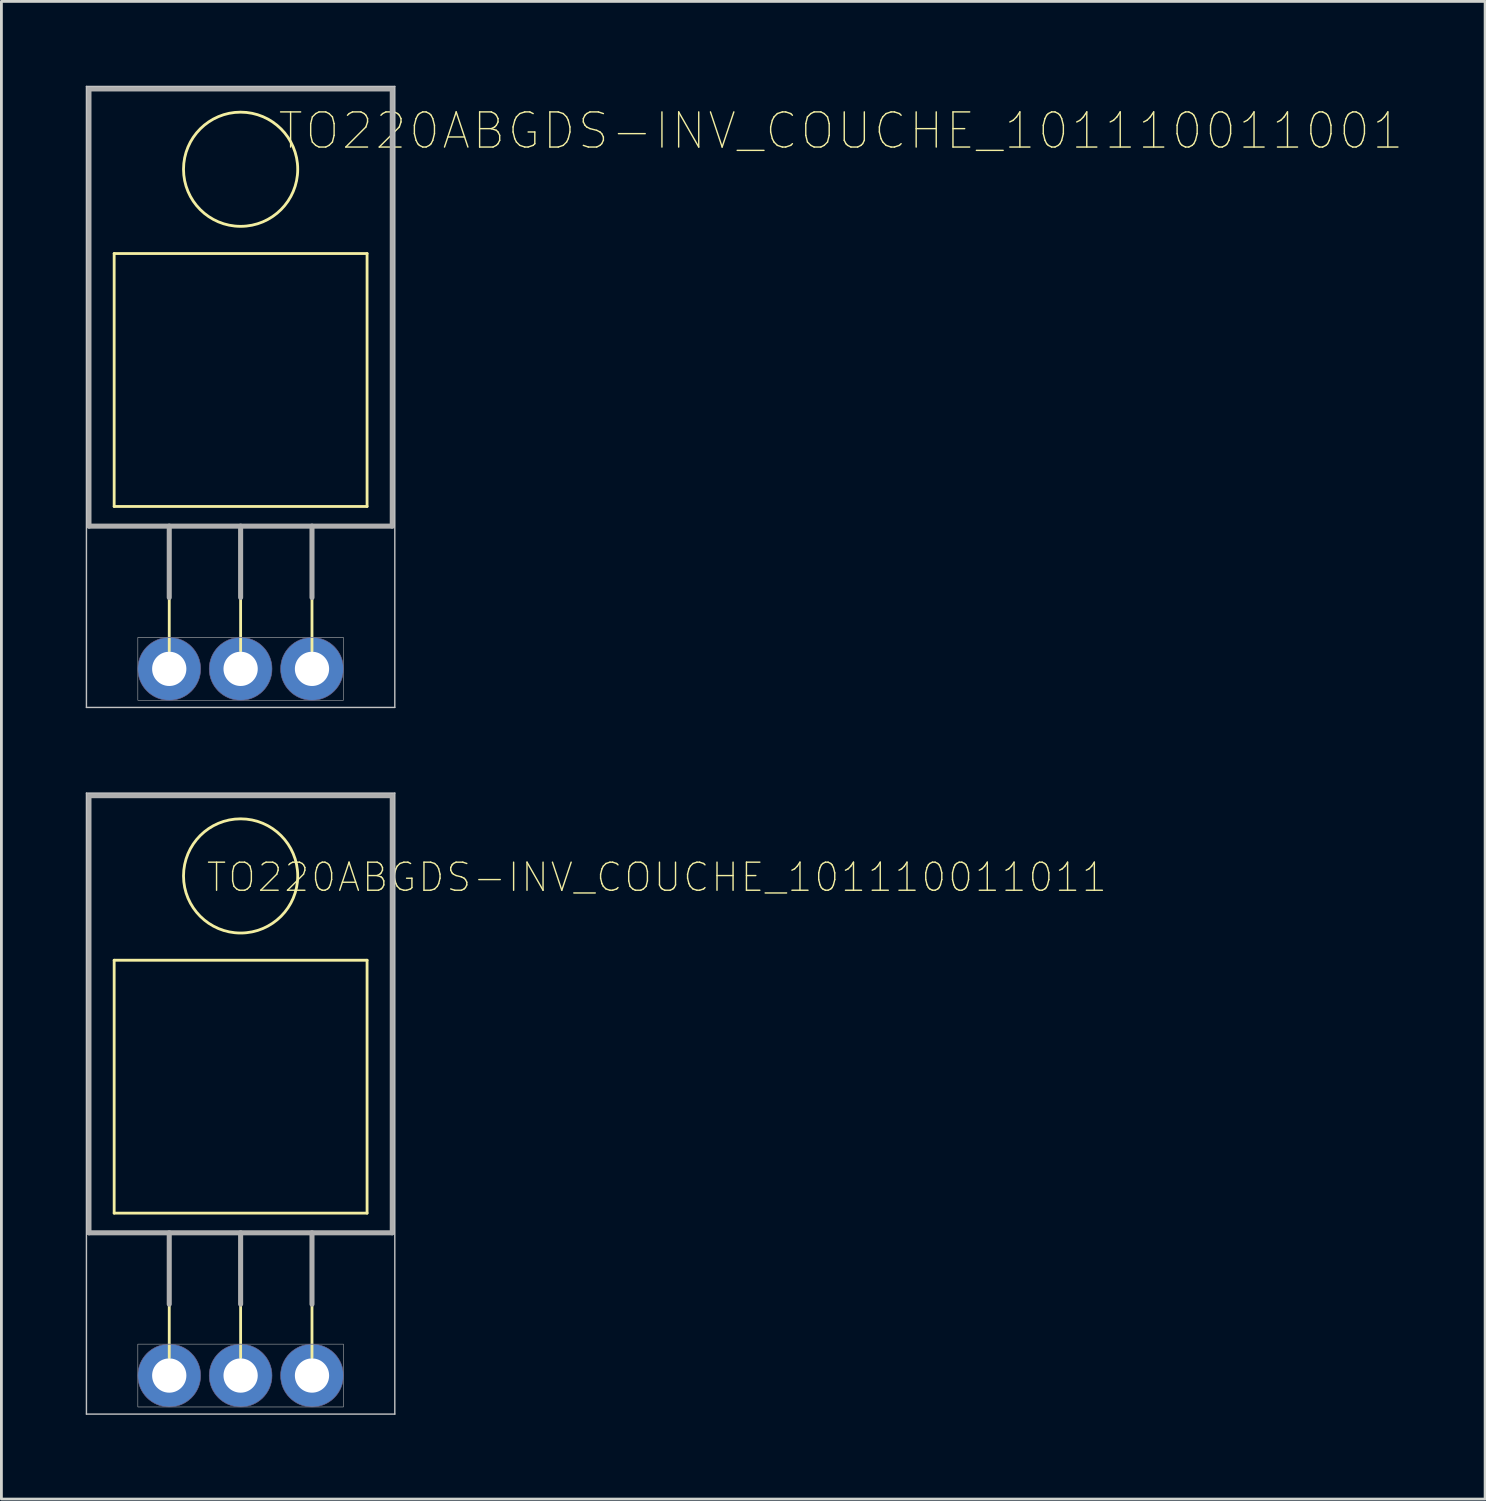
<source format=kicad_pcb>
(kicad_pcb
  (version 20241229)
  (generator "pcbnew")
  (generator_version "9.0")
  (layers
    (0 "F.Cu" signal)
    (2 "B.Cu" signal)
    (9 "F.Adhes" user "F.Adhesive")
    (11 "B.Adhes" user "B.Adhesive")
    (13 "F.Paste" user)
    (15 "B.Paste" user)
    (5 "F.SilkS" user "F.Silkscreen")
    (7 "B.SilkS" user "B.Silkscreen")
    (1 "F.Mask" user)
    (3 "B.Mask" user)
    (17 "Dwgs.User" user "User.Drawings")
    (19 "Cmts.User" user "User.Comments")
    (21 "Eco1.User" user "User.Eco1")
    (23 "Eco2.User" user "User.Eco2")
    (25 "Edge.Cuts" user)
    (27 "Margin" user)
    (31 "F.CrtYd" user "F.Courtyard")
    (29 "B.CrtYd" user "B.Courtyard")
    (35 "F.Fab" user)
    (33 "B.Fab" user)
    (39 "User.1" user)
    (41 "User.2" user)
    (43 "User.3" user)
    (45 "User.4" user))
  (footprint "TO220ABGDS-INV_COUCHE_101110011011"
    (placed yes)
    (layer "F.Cu")
    (at 5.513 28.122)
    (property "Reference" "TO220ABGDS-INV_COUCHE_101110011011" (at -1.27 0.635 180) (layer "F.SilkS") (effects (font (size 1 1) (thickness 0.05)) (justify left bottom)))
    (attr through_hole)
    (fp_line (start -5.397 -2.857) (end -5.397 12.7) (stroke (width 0.1) (type solid)) (layer "F.SilkS"))
    (fp_line (start -5.397 12.7) (end 5.397 12.7) (stroke (width 0.1) (type solid)) (layer "F.SilkS"))
    (fp_line (start -4.5 3) (end -4.5 12) (stroke (width 0.1) (type solid)) (layer "F.SilkS"))
    (fp_line (start -4.5 12) (end 4.5 12) (stroke (width 0.1) (type solid)) (layer "F.SilkS"))
    (fp_line (start -2.54 12.7) (end -2.54 15.24) (stroke (width 0.1) (type solid)) (layer "F.SilkS"))
    (fp_line (start -2.54 12.7) (end -2.54 17.145) (stroke (width 0.1) (type solid)) (layer "F.SilkS"))
    (fp_line (start 0 12.7) (end 0 17.145) (stroke (width 0.1) (type solid)) (layer "F.SilkS"))
    (fp_line (start 2.54 12.7) (end 2.54 17.145) (stroke (width 0.1) (type solid)) (layer "F.SilkS"))
    (fp_line (start 4.5 3) (end -4.5 3) (stroke (width 0.1) (type solid)) (layer "F.SilkS"))
    (fp_line (start 4.5 12) (end 4.5 3) (stroke (width 0.1) (type solid)) (layer "F.SilkS"))
    (fp_line (start 5.397 -2.857) (end -5.397 -2.857) (stroke (width 0.1) (type solid)) (layer "F.SilkS"))
    (fp_line (start 5.397 12.7) (end 5.397 -2.857) (stroke (width 0.1) (type solid)) (layer "F.SilkS"))
    (fp_arc (start 2.032 0) (mid -2.032 0) (end 2.032 0) (stroke (width 0.1) (type solid)) (layer "F.SilkS"))
    (fp_line (start -5.487 -2.947) (end 5.487 -2.947) (stroke (width 0.05) (type solid)) (layer "Dwgs.User"))
    (fp_line (start -5.487 19.152) (end -5.487 -2.947) (stroke (width 0.05) (type solid)) (layer "Dwgs.User"))
    (fp_line (start 5.487 -2.947) (end 5.487 19.152) (stroke (width 0.05) (type solid)) (layer "Dwgs.User"))
    (fp_line (start 5.487 19.152) (end -5.487 19.152) (stroke (width 0.05) (type solid)) (layer "Dwgs.User"))
    (fp_arc (start -1.4224 17.78) (mid -3.6576 17.78) (end -1.4224 17.78) (stroke (width 0.02) (type solid)) (layer "B.Fab"))
    (fp_arc (start 1.1176 17.78) (mid -1.1176 17.78) (end 1.1176 17.78) (stroke (width 0.02) (type solid)) (layer "B.Fab"))
    (fp_arc (start 3.6576 17.78) (mid 1.4224 17.78) (end 3.6576 17.78) (stroke (width 0.02) (type solid)) (layer "B.Fab"))
    (fp_line (start -5.397 -2.857) (end -5.397 12.7) (stroke (width 0.18) (type solid)) (layer "F.Fab"))
    (fp_line (start -5.397 12.7) (end 5.397 12.7) (stroke (width 0.18) (type solid)) (layer "F.Fab"))
    (fp_line (start -2.54 12.7) (end -2.54 15.24) (stroke (width 0.18) (type solid)) (layer "F.Fab"))
    (fp_line (start 0 12.7) (end 0 15.24) (stroke (width 0.18) (type solid)) (layer "F.Fab"))
    (fp_line (start 2.54 12.7) (end 2.54 15.24) (stroke (width 0.18) (type solid)) (layer "F.Fab"))
    (fp_line (start 5.397 -2.857) (end -5.397 -2.857) (stroke (width 0.18) (type solid)) (layer "F.Fab"))
    (fp_line (start 5.397 12.7) (end 5.397 -2.857) (stroke (width 0.18) (type solid)) (layer "F.Fab"))
    (fp_poly (pts (xy 3.658 16.662) (xy 3.658 18.898) (xy -3.658 18.898) (xy -3.658 16.662)) (stroke (width 0.02) (type solid)) (fill no) (layer "F.Fab"))
    (pad "D" thru_hole circle (at 0 17.78) (size 2.235 2.235) (drill 1.219) (layers "*.Cu" "*.Mask"))
    (pad "G" thru_hole circle (at 2.54 17.78) (size 2.235 2.235) (drill 1.219) (layers "*.Cu" "*.Mask"))
    (pad "S" thru_hole circle (at -2.54 17.78) (size 2.235 2.235) (drill 1.219) (layers "*.Cu" "*.Mask")))
  (footprint "TO220ABGDS-INV_COUCHE_101110011001"
    (placed yes)
    (layer "F.Cu")
    (at 5.513 2.973)
    (property "Reference" "TO220ABGDS-INV_COUCHE_101110011001" (at 1.27 -0.635 0) (layer "F.SilkS") (effects (font (size 1.25 1.25) (thickness 0.05)) (justify left bottom)))
    (attr through_hole)
    (fp_line (start -5.397 -2.857) (end -5.397 12.7) (stroke (width 0.1) (type solid)) (layer "F.SilkS"))
    (fp_line (start -5.397 12.7) (end 5.397 12.7) (stroke (width 0.1) (type solid)) (layer "F.SilkS"))
    (fp_line (start -4.5 3) (end -4.5 12) (stroke (width 0.1) (type solid)) (layer "F.SilkS"))
    (fp_line (start -4.5 12) (end 4.5 12) (stroke (width 0.1) (type solid)) (layer "F.SilkS"))
    (fp_line (start -2.54 12.7) (end -2.54 15.24) (stroke (width 0.1) (type solid)) (layer "F.SilkS"))
    (fp_line (start -2.54 12.7) (end -2.54 17.145) (stroke (width 0.1) (type solid)) (layer "F.SilkS"))
    (fp_line (start 0 12.7) (end 0 17.145) (stroke (width 0.1) (type solid)) (layer "F.SilkS"))
    (fp_line (start 2.54 12.7) (end 2.54 17.145) (stroke (width 0.1) (type solid)) (layer "F.SilkS"))
    (fp_line (start 4.5 3) (end -4.5 3) (stroke (width 0.1) (type solid)) (layer "F.SilkS"))
    (fp_line (start 4.5 12) (end 4.5 3) (stroke (width 0.1) (type solid)) (layer "F.SilkS"))
    (fp_line (start 5.397 -2.857) (end -5.397 -2.857) (stroke (width 0.1) (type solid)) (layer "F.SilkS"))
    (fp_line (start 5.397 12.7) (end 5.397 -2.857) (stroke (width 0.1) (type solid)) (layer "F.SilkS"))
    (fp_arc (start 2.032 0) (mid -2.032 0) (end 2.032 0) (stroke (width 0.1) (type solid)) (layer "F.SilkS"))
    (fp_line (start -5.487 -2.947) (end 5.487 -2.947) (stroke (width 0.05) (type solid)) (layer "Dwgs.User"))
    (fp_line (start -5.487 19.152) (end -5.487 -2.947) (stroke (width 0.05) (type solid)) (layer "Dwgs.User"))
    (fp_line (start 5.487 -2.947) (end 5.487 19.152) (stroke (width 0.05) (type solid)) (layer "Dwgs.User"))
    (fp_line (start 5.487 19.152) (end -5.487 19.152) (stroke (width 0.05) (type solid)) (layer "Dwgs.User"))
    (fp_arc (start -1.4224 17.78) (mid -3.6576 17.78) (end -1.4224 17.78) (stroke (width 0.02) (type solid)) (layer "B.Fab"))
    (fp_arc (start 1.1176 17.78) (mid -1.1176 17.78) (end 1.1176 17.78) (stroke (width 0.02) (type solid)) (layer "B.Fab"))
    (fp_arc (start 3.6576 17.78) (mid 1.4224 17.78) (end 3.6576 17.78) (stroke (width 0.02) (type solid)) (layer "B.Fab"))
    (fp_line (start -5.397 -2.857) (end -5.397 12.7) (stroke (width 0.18) (type solid)) (layer "F.Fab"))
    (fp_line (start -5.397 12.7) (end 5.397 12.7) (stroke (width 0.18) (type solid)) (layer "F.Fab"))
    (fp_line (start -2.54 12.7) (end -2.54 15.24) (stroke (width 0.18) (type solid)) (layer "F.Fab"))
    (fp_line (start 0 12.7) (end 0 15.24) (stroke (width 0.18) (type solid)) (layer "F.Fab"))
    (fp_line (start 2.54 12.7) (end 2.54 15.24) (stroke (width 0.18) (type solid)) (layer "F.Fab"))
    (fp_line (start 5.397 -2.857) (end -5.397 -2.857) (stroke (width 0.18) (type solid)) (layer "F.Fab"))
    (fp_line (start 5.397 12.7) (end 5.397 -2.857) (stroke (width 0.18) (type solid)) (layer "F.Fab"))
    (fp_poly (pts (xy 3.658 16.662) (xy 3.658 18.898) (xy -3.658 18.898) (xy -3.658 16.662)) (stroke (width 0.02) (type solid)) (fill no) (layer "F.Fab"))
    (pad "D" thru_hole circle (at 0 17.78) (size 2.235 2.235) (drill 1.219) (layers "*.Cu" "*.Mask"))
    (pad "G" thru_hole circle (at 2.54 17.78) (size 2.235 2.235) (drill 1.219) (layers "*.Cu" "*.Mask"))
    (pad "S" thru_hole circle (at -2.54 17.78) (size 2.235 2.235) (drill 1.219) (layers "*.Cu" "*.Mask")))
  (gr_rect
    (start -3 -3)
    (end 49.802 50.298)
    (stroke (width 0.1) (type default))
    (fill no)
    (layer "Edge.Cuts")))
</source>
